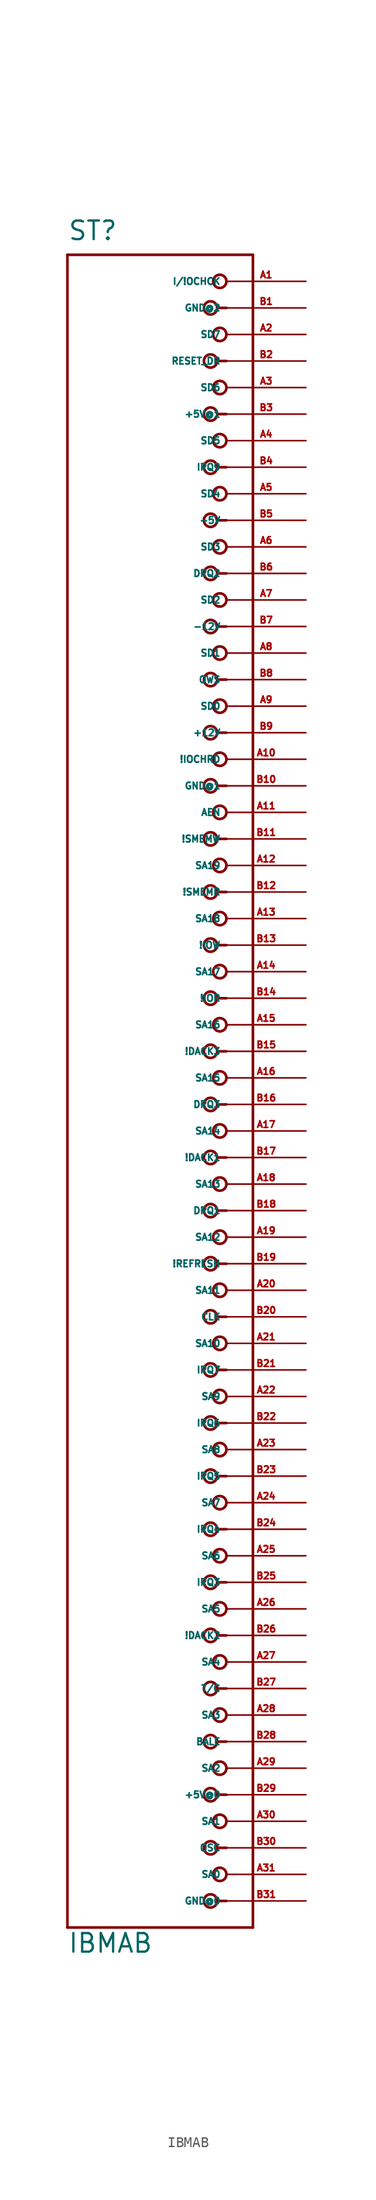
<source format=kicad_sym>
(kicad_symbol_lib
  (version 20220914)
  (generator Eagle2Kicad)
  (symbol "IBMAB"
    (property "Reference" "ST"
      (at -7.62 77.47 0)
      (effects (font (size 1.778 1.778) (thickness 0.22)) (justify left bottom)))
    (property "Value" "IBMAB"
      (at -7.62 -86.36 0)
      (effects (font (size 1.778 1.778) (thickness 0.22)) (justify left bottom)))
    (polyline
      (pts (xy 7.62 71.12) (xy 6.858 71.12))
      (stroke (width 0.254) (type default))
      (fill (type none)))
    (polyline
      (pts (xy 7.62 66.04) (xy 6.858 66.04))
      (stroke (width 0.254) (type default))
      (fill (type none)))
    (polyline
      (pts (xy 7.62 60.96) (xy 6.858 60.96))
      (stroke (width 0.254) (type default))
      (fill (type none)))
    (polyline
      (pts (xy 7.62 55.88) (xy 6.858 55.88))
      (stroke (width 0.254) (type default))
      (fill (type none)))
    (polyline
      (pts (xy 7.62 50.8) (xy 6.858 50.8))
      (stroke (width 0.254) (type default))
      (fill (type none)))
    (polyline
      (pts (xy 7.62 45.72) (xy 6.858 45.72))
      (stroke (width 0.254) (type default))
      (fill (type none)))
    (polyline
      (pts (xy 7.62 40.64) (xy 6.858 40.64))
      (stroke (width 0.254) (type default))
      (fill (type none)))
    (polyline
      (pts (xy 7.62 35.56) (xy 6.858 35.56))
      (stroke (width 0.254) (type default))
      (fill (type none)))
    (polyline
      (pts (xy 7.62 30.48) (xy 6.858 30.48))
      (stroke (width 0.254) (type default))
      (fill (type none)))
    (polyline
      (pts (xy 7.62 25.4) (xy 6.858 25.4))
      (stroke (width 0.254) (type default))
      (fill (type none)))
    (polyline
      (pts (xy 7.62 20.32) (xy 6.858 20.32))
      (stroke (width 0.254) (type default))
      (fill (type none)))
    (polyline
      (pts (xy 7.62 15.24) (xy 6.858 15.24))
      (stroke (width 0.254) (type default))
      (fill (type none)))
    (polyline
      (pts (xy 7.62 10.16) (xy 6.858 10.16))
      (stroke (width 0.254) (type default))
      (fill (type none)))
    (polyline
      (pts (xy 7.62 5.08) (xy 6.858 5.08))
      (stroke (width 0.254) (type default))
      (fill (type none)))
    (polyline
      (pts (xy 7.62 0) (xy 6.858 0))
      (stroke (width 0.254) (type default))
      (fill (type none)))
    (polyline
      (pts (xy 7.62 -5.08) (xy 6.858 -5.08))
      (stroke (width 0.254) (type default))
      (fill (type none)))
    (polyline
      (pts (xy 7.62 -10.16) (xy 6.858 -10.16))
      (stroke (width 0.254) (type default))
      (fill (type none)))
    (polyline
      (pts (xy 7.62 -15.24) (xy 6.858 -15.24))
      (stroke (width 0.254) (type default))
      (fill (type none)))
    (polyline
      (pts (xy 7.62 -20.32) (xy 6.858 -20.32))
      (stroke (width 0.254) (type default))
      (fill (type none)))
    (polyline
      (pts (xy 7.62 -25.4) (xy 6.858 -25.4))
      (stroke (width 0.254) (type default))
      (fill (type none)))
    (polyline
      (pts (xy 7.62 -30.48) (xy 6.858 -30.48))
      (stroke (width 0.254) (type default))
      (fill (type none)))
    (polyline
      (pts (xy 7.62 -35.56) (xy 6.858 -35.56))
      (stroke (width 0.254) (type default))
      (fill (type none)))
    (polyline
      (pts (xy 7.62 -40.64) (xy 6.858 -40.64))
      (stroke (width 0.254) (type default))
      (fill (type none)))
    (polyline
      (pts (xy 7.62 -45.72) (xy 6.858 -45.72))
      (stroke (width 0.254) (type default))
      (fill (type none)))
    (polyline
      (pts (xy 7.62 -50.8) (xy 6.858 -50.8))
      (stroke (width 0.254) (type default))
      (fill (type none)))
    (polyline
      (pts (xy 7.62 -55.88) (xy 6.858 -55.88))
      (stroke (width 0.254) (type default))
      (fill (type none)))
    (polyline
      (pts (xy 7.62 -60.96) (xy 6.858 -60.96))
      (stroke (width 0.254) (type default))
      (fill (type none)))
    (polyline
      (pts (xy 7.62 -66.04) (xy 6.858 -66.04))
      (stroke (width 0.254) (type default))
      (fill (type none)))
    (polyline
      (pts (xy 7.62 -71.12) (xy 6.858 -71.12))
      (stroke (width 0.254) (type default))
      (fill (type none)))
    (polyline
      (pts (xy 7.62 -76.2) (xy 6.858 -76.2))
      (stroke (width 0.254) (type default))
      (fill (type none)))
    (polyline
      (pts (xy 7.62 -81.28) (xy 6.858 -81.28))
      (stroke (width 0.254) (type default))
      (fill (type none)))
    (polyline
      (pts (xy 10.16 -83.82) (xy 10.16 76.2))
      (stroke (width 0.254) (type default))
      (fill (type none)))
    (polyline
      (pts (xy -7.62 76.2) (xy 10.16 76.2))
      (stroke (width 0.254) (type default))
      (fill (type none)))
    (polyline
      (pts (xy -7.62 76.2) (xy -7.62 -83.82))
      (stroke (width 0.254) (type default))
      (fill (type none)))
    (polyline
      (pts (xy 10.16 -83.82) (xy -7.62 -83.82))
      (stroke (width 0.254) (type default))
      (fill (type none)))
    (circle
      (center 6.096 -81.28)
      (radius 0.635)
      (stroke (width 0.254) (type default))
      (fill (type none)))
    (circle
      (center 6.985 -78.74)
      (radius 0.635)
      (stroke (width 0.254) (type default))
      (fill (type none)))
    (circle
      (center 6.096 -76.2)
      (radius 0.635)
      (stroke (width 0.254) (type default))
      (fill (type none)))
    (circle
      (center 6.985 -73.66)
      (radius 0.635)
      (stroke (width 0.254) (type default))
      (fill (type none)))
    (circle
      (center 6.096 -71.12)
      (radius 0.635)
      (stroke (width 0.254) (type default))
      (fill (type none)))
    (circle
      (center 6.985 -68.58)
      (radius 0.635)
      (stroke (width 0.254) (type default))
      (fill (type none)))
    (circle
      (center 6.096 -66.04)
      (radius 0.635)
      (stroke (width 0.254) (type default))
      (fill (type none)))
    (circle
      (center 6.985 -63.5)
      (radius 0.635)
      (stroke (width 0.254) (type default))
      (fill (type none)))
    (circle
      (center 6.096 -60.96)
      (radius 0.635)
      (stroke (width 0.254) (type default))
      (fill (type none)))
    (circle
      (center 6.985 -58.42)
      (radius 0.635)
      (stroke (width 0.254) (type default))
      (fill (type none)))
    (circle
      (center 6.096 -55.88)
      (radius 0.635)
      (stroke (width 0.254) (type default))
      (fill (type none)))
    (circle
      (center 6.985 -53.34)
      (radius 0.635)
      (stroke (width 0.254) (type default))
      (fill (type none)))
    (circle
      (center 6.096 -50.8)
      (radius 0.635)
      (stroke (width 0.254) (type default))
      (fill (type none)))
    (circle
      (center 6.985 -48.26)
      (radius 0.635)
      (stroke (width 0.254) (type default))
      (fill (type none)))
    (circle
      (center 6.096 -45.72)
      (radius 0.635)
      (stroke (width 0.254) (type default))
      (fill (type none)))
    (circle
      (center 6.985 -43.18)
      (radius 0.635)
      (stroke (width 0.254) (type default))
      (fill (type none)))
    (circle
      (center 6.096 -40.64)
      (radius 0.635)
      (stroke (width 0.254) (type default))
      (fill (type none)))
    (circle
      (center 6.985 -38.1)
      (radius 0.635)
      (stroke (width 0.254) (type default))
      (fill (type none)))
    (circle
      (center 6.096 -35.56)
      (radius 0.635)
      (stroke (width 0.254) (type default))
      (fill (type none)))
    (circle
      (center 6.985 -33.02)
      (radius 0.635)
      (stroke (width 0.254) (type default))
      (fill (type none)))
    (circle
      (center 6.096 -30.48)
      (radius 0.635)
      (stroke (width 0.254) (type default))
      (fill (type none)))
    (circle
      (center 6.985 -27.94)
      (radius 0.635)
      (stroke (width 0.254) (type default))
      (fill (type none)))
    (circle
      (center 6.096 -25.4)
      (radius 0.635)
      (stroke (width 0.254) (type default))
      (fill (type none)))
    (circle
      (center 6.985 -22.86)
      (radius 0.635)
      (stroke (width 0.254) (type default))
      (fill (type none)))
    (circle
      (center 6.096 -20.32)
      (radius 0.635)
      (stroke (width 0.254) (type default))
      (fill (type none)))
    (circle
      (center 6.985 -17.78)
      (radius 0.635)
      (stroke (width 0.254) (type default))
      (fill (type none)))
    (circle
      (center 6.096 -15.24)
      (radius 0.635)
      (stroke (width 0.254) (type default))
      (fill (type none)))
    (circle
      (center 6.985 -12.7)
      (radius 0.635)
      (stroke (width 0.254) (type default))
      (fill (type none)))
    (circle
      (center 6.096 -10.16)
      (radius 0.635)
      (stroke (width 0.254) (type default))
      (fill (type none)))
    (circle
      (center 6.985 -7.62)
      (radius 0.635)
      (stroke (width 0.254) (type default))
      (fill (type none)))
    (circle
      (center 6.096 -5.08)
      (radius 0.635)
      (stroke (width 0.254) (type default))
      (fill (type none)))
    (circle
      (center 6.985 -2.54)
      (radius 0.635)
      (stroke (width 0.254) (type default))
      (fill (type none)))
    (circle
      (center 6.096 0)
      (radius 0.635)
      (stroke (width 0.254) (type default))
      (fill (type none)))
    (circle
      (center 6.985 2.54)
      (radius 0.635)
      (stroke (width 0.254) (type default))
      (fill (type none)))
    (circle
      (center 6.096 5.08)
      (radius 0.635)
      (stroke (width 0.254) (type default))
      (fill (type none)))
    (circle
      (center 6.985 7.62)
      (radius 0.635)
      (stroke (width 0.254) (type default))
      (fill (type none)))
    (circle
      (center 6.096 10.16)
      (radius 0.635)
      (stroke (width 0.254) (type default))
      (fill (type none)))
    (circle
      (center 6.985 12.7)
      (radius 0.635)
      (stroke (width 0.254) (type default))
      (fill (type none)))
    (circle
      (center 6.096 15.24)
      (radius 0.635)
      (stroke (width 0.254) (type default))
      (fill (type none)))
    (circle
      (center 6.985 17.78)
      (radius 0.635)
      (stroke (width 0.254) (type default))
      (fill (type none)))
    (circle
      (center 6.096 20.32)
      (radius 0.635)
      (stroke (width 0.254) (type default))
      (fill (type none)))
    (circle
      (center 6.985 22.86)
      (radius 0.635)
      (stroke (width 0.254) (type default))
      (fill (type none)))
    (circle
      (center 6.096 25.4)
      (radius 0.635)
      (stroke (width 0.254) (type default))
      (fill (type none)))
    (circle
      (center 6.985 27.94)
      (radius 0.635)
      (stroke (width 0.254) (type default))
      (fill (type none)))
    (circle
      (center 6.096 30.48)
      (radius 0.635)
      (stroke (width 0.254) (type default))
      (fill (type none)))
    (circle
      (center 6.985 33.02)
      (radius 0.635)
      (stroke (width 0.254) (type default))
      (fill (type none)))
    (circle
      (center 6.096 35.56)
      (radius 0.635)
      (stroke (width 0.254) (type default))
      (fill (type none)))
    (circle
      (center 6.985 38.1)
      (radius 0.635)
      (stroke (width 0.254) (type default))
      (fill (type none)))
    (circle
      (center 6.096 40.64)
      (radius 0.635)
      (stroke (width 0.254) (type default))
      (fill (type none)))
    (circle
      (center 6.985 43.18)
      (radius 0.635)
      (stroke (width 0.254) (type default))
      (fill (type none)))
    (circle
      (center 6.096 45.72)
      (radius 0.635)
      (stroke (width 0.254) (type default))
      (fill (type none)))
    (circle
      (center 6.985 48.26)
      (radius 0.635)
      (stroke (width 0.254) (type default))
      (fill (type none)))
    (circle
      (center 6.096 50.8)
      (radius 0.635)
      (stroke (width 0.254) (type default))
      (fill (type none)))
    (circle
      (center 6.985 53.34)
      (radius 0.635)
      (stroke (width 0.254) (type default))
      (fill (type none)))
    (circle
      (center 6.096 55.88)
      (radius 0.635)
      (stroke (width 0.254) (type default))
      (fill (type none)))
    (circle
      (center 6.985 58.42)
      (radius 0.635)
      (stroke (width 0.254) (type default))
      (fill (type none)))
    (circle
      (center 6.096 60.96)
      (radius 0.635)
      (stroke (width 0.254) (type default))
      (fill (type none)))
    (circle
      (center 6.985 63.5)
      (radius 0.635)
      (stroke (width 0.254) (type default))
      (fill (type none)))
    (circle
      (center 6.096 66.04)
      (radius 0.635)
      (stroke (width 0.254) (type default))
      (fill (type none)))
    (circle
      (center 6.985 68.58)
      (radius 0.635)
      (stroke (width 0.254) (type default))
      (fill (type none)))
    (circle
      (center 6.096 71.12)
      (radius 0.635)
      (stroke (width 0.254) (type default))
      (fill (type none)))
    (circle
      (center 6.985 73.66)
      (radius 0.635)
      (stroke (width 0.254) (type default))
      (fill (type none)))
    (pin bidirectional line
      (at 15.24 -78.74 180)
      (length 7.62)
      (name "SA0" (effects (font (size 0.635 0.635) (thickness 0.08)) (justify left bottom)))
      (number "A31" (effects (font (size 0.635 0.635) (thickness 0.08)) (justify left bottom))))
    (pin bidirectional line
      (at 15.24 -73.66 180)
      (length 7.62)
      (name "SA1" (effects (font (size 0.635 0.635) (thickness 0.08)) (justify left bottom)))
      (number "A30" (effects (font (size 0.635 0.635) (thickness 0.08)) (justify left bottom))))
    (pin bidirectional line
      (at 15.24 -68.58 180)
      (length 7.62)
      (name "SA2" (effects (font (size 0.635 0.635) (thickness 0.08)) (justify left bottom)))
      (number "A29" (effects (font (size 0.635 0.635) (thickness 0.08)) (justify left bottom))))
    (pin bidirectional line
      (at 15.24 -63.5 180)
      (length 7.62)
      (name "SA3" (effects (font (size 0.635 0.635) (thickness 0.08)) (justify left bottom)))
      (number "A28" (effects (font (size 0.635 0.635) (thickness 0.08)) (justify left bottom))))
    (pin bidirectional line
      (at 15.24 -58.42 180)
      (length 7.62)
      (name "SA4" (effects (font (size 0.635 0.635) (thickness 0.08)) (justify left bottom)))
      (number "A27" (effects (font (size 0.635 0.635) (thickness 0.08)) (justify left bottom))))
    (pin bidirectional line
      (at 15.24 -53.34 180)
      (length 7.62)
      (name "SA5" (effects (font (size 0.635 0.635) (thickness 0.08)) (justify left bottom)))
      (number "A26" (effects (font (size 0.635 0.635) (thickness 0.08)) (justify left bottom))))
    (pin bidirectional line
      (at 15.24 -48.26 180)
      (length 7.62)
      (name "SA6" (effects (font (size 0.635 0.635) (thickness 0.08)) (justify left bottom)))
      (number "A25" (effects (font (size 0.635 0.635) (thickness 0.08)) (justify left bottom))))
    (pin bidirectional line
      (at 15.24 -43.18 180)
      (length 7.62)
      (name "SA7" (effects (font (size 0.635 0.635) (thickness 0.08)) (justify left bottom)))
      (number "A24" (effects (font (size 0.635 0.635) (thickness 0.08)) (justify left bottom))))
    (pin bidirectional line
      (at 15.24 -38.1 180)
      (length 7.62)
      (name "SA8" (effects (font (size 0.635 0.635) (thickness 0.08)) (justify left bottom)))
      (number "A23" (effects (font (size 0.635 0.635) (thickness 0.08)) (justify left bottom))))
    (pin bidirectional line
      (at 15.24 -33.02 180)
      (length 7.62)
      (name "SA9" (effects (font (size 0.635 0.635) (thickness 0.08)) (justify left bottom)))
      (number "A22" (effects (font (size 0.635 0.635) (thickness 0.08)) (justify left bottom))))
    (pin bidirectional line
      (at 15.24 -27.94 180)
      (length 7.62)
      (name "SA10" (effects (font (size 0.635 0.635) (thickness 0.08)) (justify left bottom)))
      (number "A21" (effects (font (size 0.635 0.635) (thickness 0.08)) (justify left bottom))))
    (pin bidirectional line
      (at 15.24 -22.86 180)
      (length 7.62)
      (name "SA11" (effects (font (size 0.635 0.635) (thickness 0.08)) (justify left bottom)))
      (number "A20" (effects (font (size 0.635 0.635) (thickness 0.08)) (justify left bottom))))
    (pin bidirectional line
      (at 15.24 -17.78 180)
      (length 7.62)
      (name "SA12" (effects (font (size 0.635 0.635) (thickness 0.08)) (justify left bottom)))
      (number "A19" (effects (font (size 0.635 0.635) (thickness 0.08)) (justify left bottom))))
    (pin bidirectional line
      (at 15.24 -12.7 180)
      (length 7.62)
      (name "SA13" (effects (font (size 0.635 0.635) (thickness 0.08)) (justify left bottom)))
      (number "A18" (effects (font (size 0.635 0.635) (thickness 0.08)) (justify left bottom))))
    (pin bidirectional line
      (at 15.24 -7.62 180)
      (length 7.62)
      (name "SA14" (effects (font (size 0.635 0.635) (thickness 0.08)) (justify left bottom)))
      (number "A17" (effects (font (size 0.635 0.635) (thickness 0.08)) (justify left bottom))))
    (pin bidirectional line
      (at 15.24 -2.54 180)
      (length 7.62)
      (name "SA15" (effects (font (size 0.635 0.635) (thickness 0.08)) (justify left bottom)))
      (number "A16" (effects (font (size 0.635 0.635) (thickness 0.08)) (justify left bottom))))
    (pin bidirectional line
      (at 15.24 2.54 180)
      (length 7.62)
      (name "SA16" (effects (font (size 0.635 0.635) (thickness 0.08)) (justify left bottom)))
      (number "A15" (effects (font (size 0.635 0.635) (thickness 0.08)) (justify left bottom))))
    (pin bidirectional line
      (at 15.24 7.62 180)
      (length 7.62)
      (name "SA17" (effects (font (size 0.635 0.635) (thickness 0.08)) (justify left bottom)))
      (number "A14" (effects (font (size 0.635 0.635) (thickness 0.08)) (justify left bottom))))
    (pin bidirectional line
      (at 15.24 12.7 180)
      (length 7.62)
      (name "SA18" (effects (font (size 0.635 0.635) (thickness 0.08)) (justify left bottom)))
      (number "A13" (effects (font (size 0.635 0.635) (thickness 0.08)) (justify left bottom))))
    (pin bidirectional line
      (at 15.24 17.78 180)
      (length 7.62)
      (name "SA19" (effects (font (size 0.635 0.635) (thickness 0.08)) (justify left bottom)))
      (number "A12" (effects (font (size 0.635 0.635) (thickness 0.08)) (justify left bottom))))
    (pin output line
      (at 15.24 22.86 180)
      (length 7.62)
      (name "AEN" (effects (font (size 0.635 0.635) (thickness 0.08)) (justify left bottom)))
      (number "A11" (effects (font (size 0.635 0.635) (thickness 0.08)) (justify left bottom))))
    (pin input line
      (at 15.24 27.94 180)
      (length 7.62)
      (name "!IOCHRD" (effects (font (size 0.635 0.635) (thickness 0.08)) (justify left bottom)))
      (number "A10" (effects (font (size 0.635 0.635) (thickness 0.08)) (justify left bottom))))
    (pin bidirectional line
      (at 15.24 33.02 180)
      (length 7.62)
      (name "SD0" (effects (font (size 0.635 0.635) (thickness 0.08)) (justify left bottom)))
      (number "A9" (effects (font (size 0.635 0.635) (thickness 0.08)) (justify left bottom))))
    (pin bidirectional line
      (at 15.24 38.1 180)
      (length 7.62)
      (name "SD1" (effects (font (size 0.635 0.635) (thickness 0.08)) (justify left bottom)))
      (number "A8" (effects (font (size 0.635 0.635) (thickness 0.08)) (justify left bottom))))
    (pin bidirectional line
      (at 15.24 43.18 180)
      (length 7.62)
      (name "SD2" (effects (font (size 0.635 0.635) (thickness 0.08)) (justify left bottom)))
      (number "A7" (effects (font (size 0.635 0.635) (thickness 0.08)) (justify left bottom))))
    (pin bidirectional line
      (at 15.24 48.26 180)
      (length 7.62)
      (name "SD3" (effects (font (size 0.635 0.635) (thickness 0.08)) (justify left bottom)))
      (number "A6" (effects (font (size 0.635 0.635) (thickness 0.08)) (justify left bottom))))
    (pin bidirectional line
      (at 15.24 53.34 180)
      (length 7.62)
      (name "SD4" (effects (font (size 0.635 0.635) (thickness 0.08)) (justify left bottom)))
      (number "A5" (effects (font (size 0.635 0.635) (thickness 0.08)) (justify left bottom))))
    (pin bidirectional line
      (at 15.24 58.42 180)
      (length 7.62)
      (name "SD5" (effects (font (size 0.635 0.635) (thickness 0.08)) (justify left bottom)))
      (number "A4" (effects (font (size 0.635 0.635) (thickness 0.08)) (justify left bottom))))
    (pin bidirectional line
      (at 15.24 63.5 180)
      (length 7.62)
      (name "SD6" (effects (font (size 0.635 0.635) (thickness 0.08)) (justify left bottom)))
      (number "A3" (effects (font (size 0.635 0.635) (thickness 0.08)) (justify left bottom))))
    (pin bidirectional line
      (at 15.24 68.58 180)
      (length 7.62)
      (name "SD7" (effects (font (size 0.635 0.635) (thickness 0.08)) (justify left bottom)))
      (number "A2" (effects (font (size 0.635 0.635) (thickness 0.08)) (justify left bottom))))
    (pin input line
      (at 15.24 73.66 180)
      (length 7.62)
      (name "I/!OCHCK" (effects (font (size 0.635 0.635) (thickness 0.08)) (justify left bottom)))
      (number "A1" (effects (font (size 0.635 0.635) (thickness 0.08)) (justify left bottom))))
    (pin unspecified line
      (at 15.24 -81.28 180)
      (length 7.62)
      (name "GND@0" (effects (font (size 0.635 0.635) (thickness 0.08)) (justify left bottom)))
      (number "B31" (effects (font (size 0.635 0.635) (thickness 0.08)) (justify left bottom))))
    (pin output line
      (at 15.24 -76.2 180)
      (length 7.62)
      (name "OSC" (effects (font (size 0.635 0.635) (thickness 0.08)) (justify left bottom)))
      (number "B30" (effects (font (size 0.635 0.635) (thickness 0.08)) (justify left bottom))))
    (pin unspecified line
      (at 15.24 -71.12 180)
      (length 7.62)
      (name "+5V@0" (effects (font (size 0.635 0.635) (thickness 0.08)) (justify left bottom)))
      (number "B29" (effects (font (size 0.635 0.635) (thickness 0.08)) (justify left bottom))))
    (pin output line
      (at 15.24 -66.04 180)
      (length 7.62)
      (name "BALE" (effects (font (size 0.635 0.635) (thickness 0.08)) (justify left bottom)))
      (number "B28" (effects (font (size 0.635 0.635) (thickness 0.08)) (justify left bottom))))
    (pin output line
      (at 15.24 -60.96 180)
      (length 7.62)
      (name "T/C" (effects (font (size 0.635 0.635) (thickness 0.08)) (justify left bottom)))
      (number "B27" (effects (font (size 0.635 0.635) (thickness 0.08)) (justify left bottom))))
    (pin output line
      (at 15.24 -55.88 180)
      (length 7.62)
      (name "!DACK2" (effects (font (size 0.635 0.635) (thickness 0.08)) (justify left bottom)))
      (number "B26" (effects (font (size 0.635 0.635) (thickness 0.08)) (justify left bottom))))
    (pin input line
      (at 15.24 -50.8 180)
      (length 7.62)
      (name "IRQ3" (effects (font (size 0.635 0.635) (thickness 0.08)) (justify left bottom)))
      (number "B25" (effects (font (size 0.635 0.635) (thickness 0.08)) (justify left bottom))))
    (pin input line
      (at 15.24 -45.72 180)
      (length 7.62)
      (name "IRQ4" (effects (font (size 0.635 0.635) (thickness 0.08)) (justify left bottom)))
      (number "B24" (effects (font (size 0.635 0.635) (thickness 0.08)) (justify left bottom))))
    (pin input line
      (at 15.24 -40.64 180)
      (length 7.62)
      (name "IRQ5" (effects (font (size 0.635 0.635) (thickness 0.08)) (justify left bottom)))
      (number "B23" (effects (font (size 0.635 0.635) (thickness 0.08)) (justify left bottom))))
    (pin input line
      (at 15.24 -35.56 180)
      (length 7.62)
      (name "IRQ6" (effects (font (size 0.635 0.635) (thickness 0.08)) (justify left bottom)))
      (number "B22" (effects (font (size 0.635 0.635) (thickness 0.08)) (justify left bottom))))
    (pin input line
      (at 15.24 -30.48 180)
      (length 7.62)
      (name "IRQ7" (effects (font (size 0.635 0.635) (thickness 0.08)) (justify left bottom)))
      (number "B21" (effects (font (size 0.635 0.635) (thickness 0.08)) (justify left bottom))))
    (pin output line
      (at 15.24 -25.4 180)
      (length 7.62)
      (name "CLK" (effects (font (size 0.635 0.635) (thickness 0.08)) (justify left bottom)))
      (number "B20" (effects (font (size 0.635 0.635) (thickness 0.08)) (justify left bottom))))
    (pin bidirectional line
      (at 15.24 -20.32 180)
      (length 7.62)
      (name "!REFRESH" (effects (font (size 0.635 0.635) (thickness 0.08)) (justify left bottom)))
      (number "B19" (effects (font (size 0.635 0.635) (thickness 0.08)) (justify left bottom))))
    (pin input line
      (at 15.24 -15.24 180)
      (length 7.62)
      (name "DRQ1" (effects (font (size 0.635 0.635) (thickness 0.08)) (justify left bottom)))
      (number "B18" (effects (font (size 0.635 0.635) (thickness 0.08)) (justify left bottom))))
    (pin output line
      (at 15.24 -10.16 180)
      (length 7.62)
      (name "!DACK1" (effects (font (size 0.635 0.635) (thickness 0.08)) (justify left bottom)))
      (number "B17" (effects (font (size 0.635 0.635) (thickness 0.08)) (justify left bottom))))
    (pin input line
      (at 15.24 -5.08 180)
      (length 7.62)
      (name "DRQ3" (effects (font (size 0.635 0.635) (thickness 0.08)) (justify left bottom)))
      (number "B16" (effects (font (size 0.635 0.635) (thickness 0.08)) (justify left bottom))))
    (pin output line
      (at 15.24 0 180)
      (length 7.62)
      (name "!DACK3" (effects (font (size 0.635 0.635) (thickness 0.08)) (justify left bottom)))
      (number "B15" (effects (font (size 0.635 0.635) (thickness 0.08)) (justify left bottom))))
    (pin bidirectional line
      (at 15.24 5.08 180)
      (length 7.62)
      (name "!IOR" (effects (font (size 0.635 0.635) (thickness 0.08)) (justify left bottom)))
      (number "B14" (effects (font (size 0.635 0.635) (thickness 0.08)) (justify left bottom))))
    (pin bidirectional line
      (at 15.24 10.16 180)
      (length 7.62)
      (name "!IOW" (effects (font (size 0.635 0.635) (thickness 0.08)) (justify left bottom)))
      (number "B13" (effects (font (size 0.635 0.635) (thickness 0.08)) (justify left bottom))))
    (pin output line
      (at 15.24 15.24 180)
      (length 7.62)
      (name "!SMEMR" (effects (font (size 0.635 0.635) (thickness 0.08)) (justify left bottom)))
      (number "B12" (effects (font (size 0.635 0.635) (thickness 0.08)) (justify left bottom))))
    (pin output line
      (at 15.24 20.32 180)
      (length 7.62)
      (name "!SMEMW" (effects (font (size 0.635 0.635) (thickness 0.08)) (justify left bottom)))
      (number "B11" (effects (font (size 0.635 0.635) (thickness 0.08)) (justify left bottom))))
    (pin unspecified line
      (at 15.24 25.4 180)
      (length 7.62)
      (name "GND@1" (effects (font (size 0.635 0.635) (thickness 0.08)) (justify left bottom)))
      (number "B10" (effects (font (size 0.635 0.635) (thickness 0.08)) (justify left bottom))))
    (pin unspecified line
      (at 15.24 30.48 180)
      (length 7.62)
      (name "+12V" (effects (font (size 0.635 0.635) (thickness 0.08)) (justify left bottom)))
      (number "B9" (effects (font (size 0.635 0.635) (thickness 0.08)) (justify left bottom))))
    (pin input line
      (at 15.24 35.56 180)
      (length 7.62)
      (name "OWS" (effects (font (size 0.635 0.635) (thickness 0.08)) (justify left bottom)))
      (number "B8" (effects (font (size 0.635 0.635) (thickness 0.08)) (justify left bottom))))
    (pin unspecified line
      (at 15.24 40.64 180)
      (length 7.62)
      (name "-12V" (effects (font (size 0.635 0.635) (thickness 0.08)) (justify left bottom)))
      (number "B7" (effects (font (size 0.635 0.635) (thickness 0.08)) (justify left bottom))))
    (pin input line
      (at 15.24 45.72 180)
      (length 7.62)
      (name "DRQ2" (effects (font (size 0.635 0.635) (thickness 0.08)) (justify left bottom)))
      (number "B6" (effects (font (size 0.635 0.635) (thickness 0.08)) (justify left bottom))))
    (pin unspecified line
      (at 15.24 50.8 180)
      (length 7.62)
      (name "-5V" (effects (font (size 0.635 0.635) (thickness 0.08)) (justify left bottom)))
      (number "B5" (effects (font (size 0.635 0.635) (thickness 0.08)) (justify left bottom))))
    (pin input line
      (at 15.24 55.88 180)
      (length 7.62)
      (name "IRQ9" (effects (font (size 0.635 0.635) (thickness 0.08)) (justify left bottom)))
      (number "B4" (effects (font (size 0.635 0.635) (thickness 0.08)) (justify left bottom))))
    (pin unspecified line
      (at 15.24 60.96 180)
      (length 7.62)
      (name "+5V@1" (effects (font (size 0.635 0.635) (thickness 0.08)) (justify left bottom)))
      (number "B3" (effects (font (size 0.635 0.635) (thickness 0.08)) (justify left bottom))))
    (pin output line
      (at 15.24 66.04 180)
      (length 7.62)
      (name "RESET_DR" (effects (font (size 0.635 0.635) (thickness 0.08)) (justify left bottom)))
      (number "B2" (effects (font (size 0.635 0.635) (thickness 0.08)) (justify left bottom))))
    (pin unspecified line
      (at 15.24 71.12 180)
      (length 7.62)
      (name "GND@2" (effects (font (size 0.635 0.635) (thickness 0.08)) (justify left bottom)))
      (number "B1" (effects (font (size 0.635 0.635) (thickness 0.08)) (justify left bottom))))))
</source>
